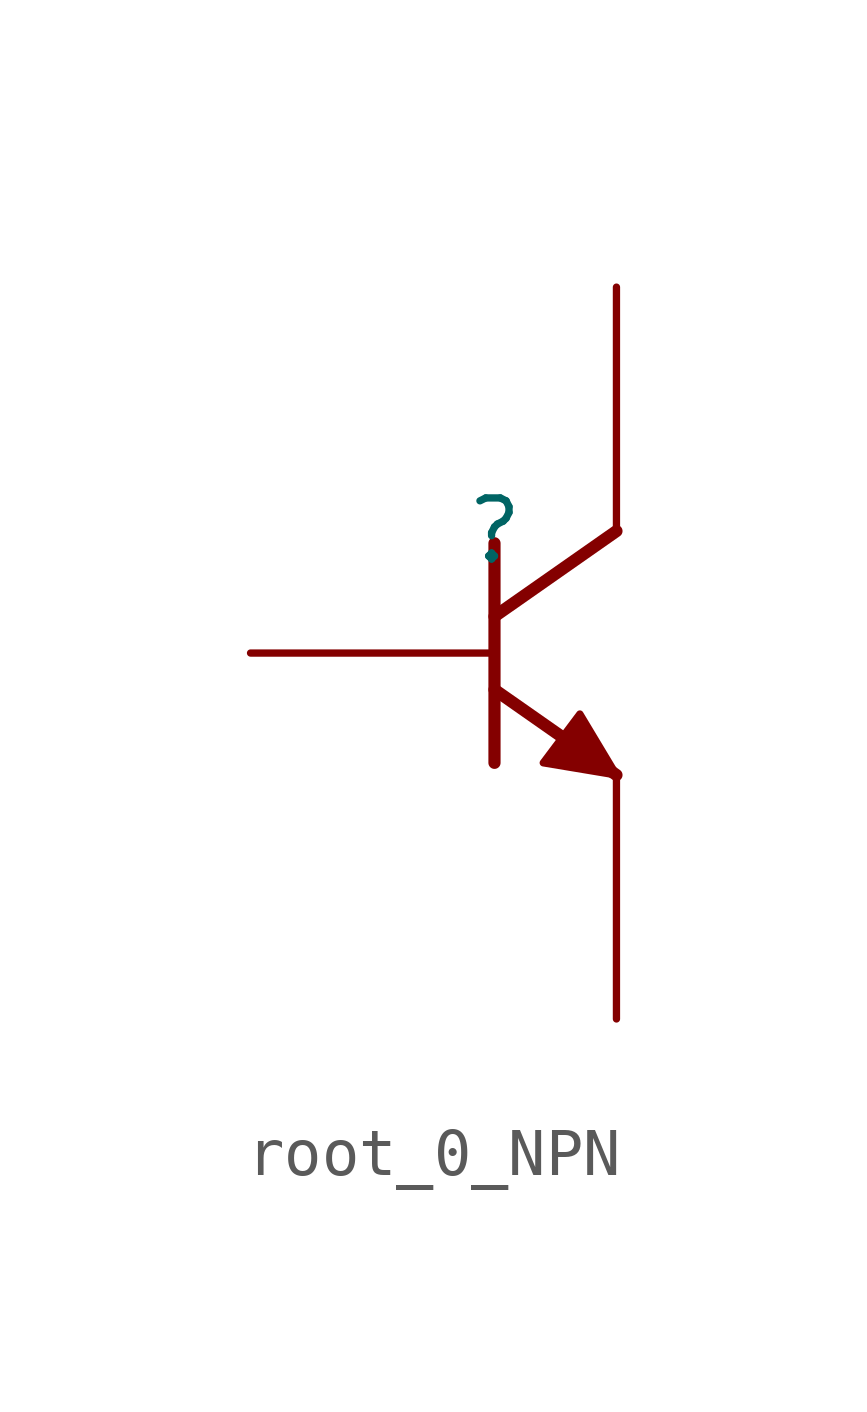
<source format=kicad_sym>
(kicad_symbol_lib
  (version 20220914)
  (generator kicad_symbol_editor)
  (symbol "root_0_NPN"
    (property "Reference" ""
      (at 0 0 0)
      (effects (font (size 1.27 1.27))))
    (property "Value" ""
      (at 0 0 0)
      (effects (font (size 1.27 1.27))))
    (symbol "root_0_NPN_1_0"
      (polyline (pts (xy 0 -3.302) (xy 2.54 -5.08)) (stroke (width 0.254) (type solid)) (fill (type none)))
      (polyline (pts (xy 0 -0.254) (xy 0 -4.826)) (stroke (width 0.254) (type solid)) (fill (type none)))
      (polyline (pts (xy 2.54 0) (xy 0 -1.778)) (stroke (width 0.254) (type solid)) (fill (type none)))
      (polyline (pts (xy 2.54 -5.08) (xy 1.778 -3.81) (xy 1.016 -4.826) (xy 2.54 -5.08)) (stroke (width 0) (type solid)) (fill (type outline)))
      (pin passive line (at -5.08 -2.54 0) (length 5.08) (name "B" (effects (font (size 0 0)))) (number "1" (effects (font (size 0 0)))))
      (pin passive line (at 2.54 -10.16 90) (length 5.08) (name "E" (effects (font (size 0 0)))) (number "2" (effects (font (size 0 0)))))
      (pin passive line (at 2.54 5.08 270) (length 5.08) (name "C" (effects (font (size 0 0)))) (number "3" (effects (font (size 0 0))))))))
</source>
